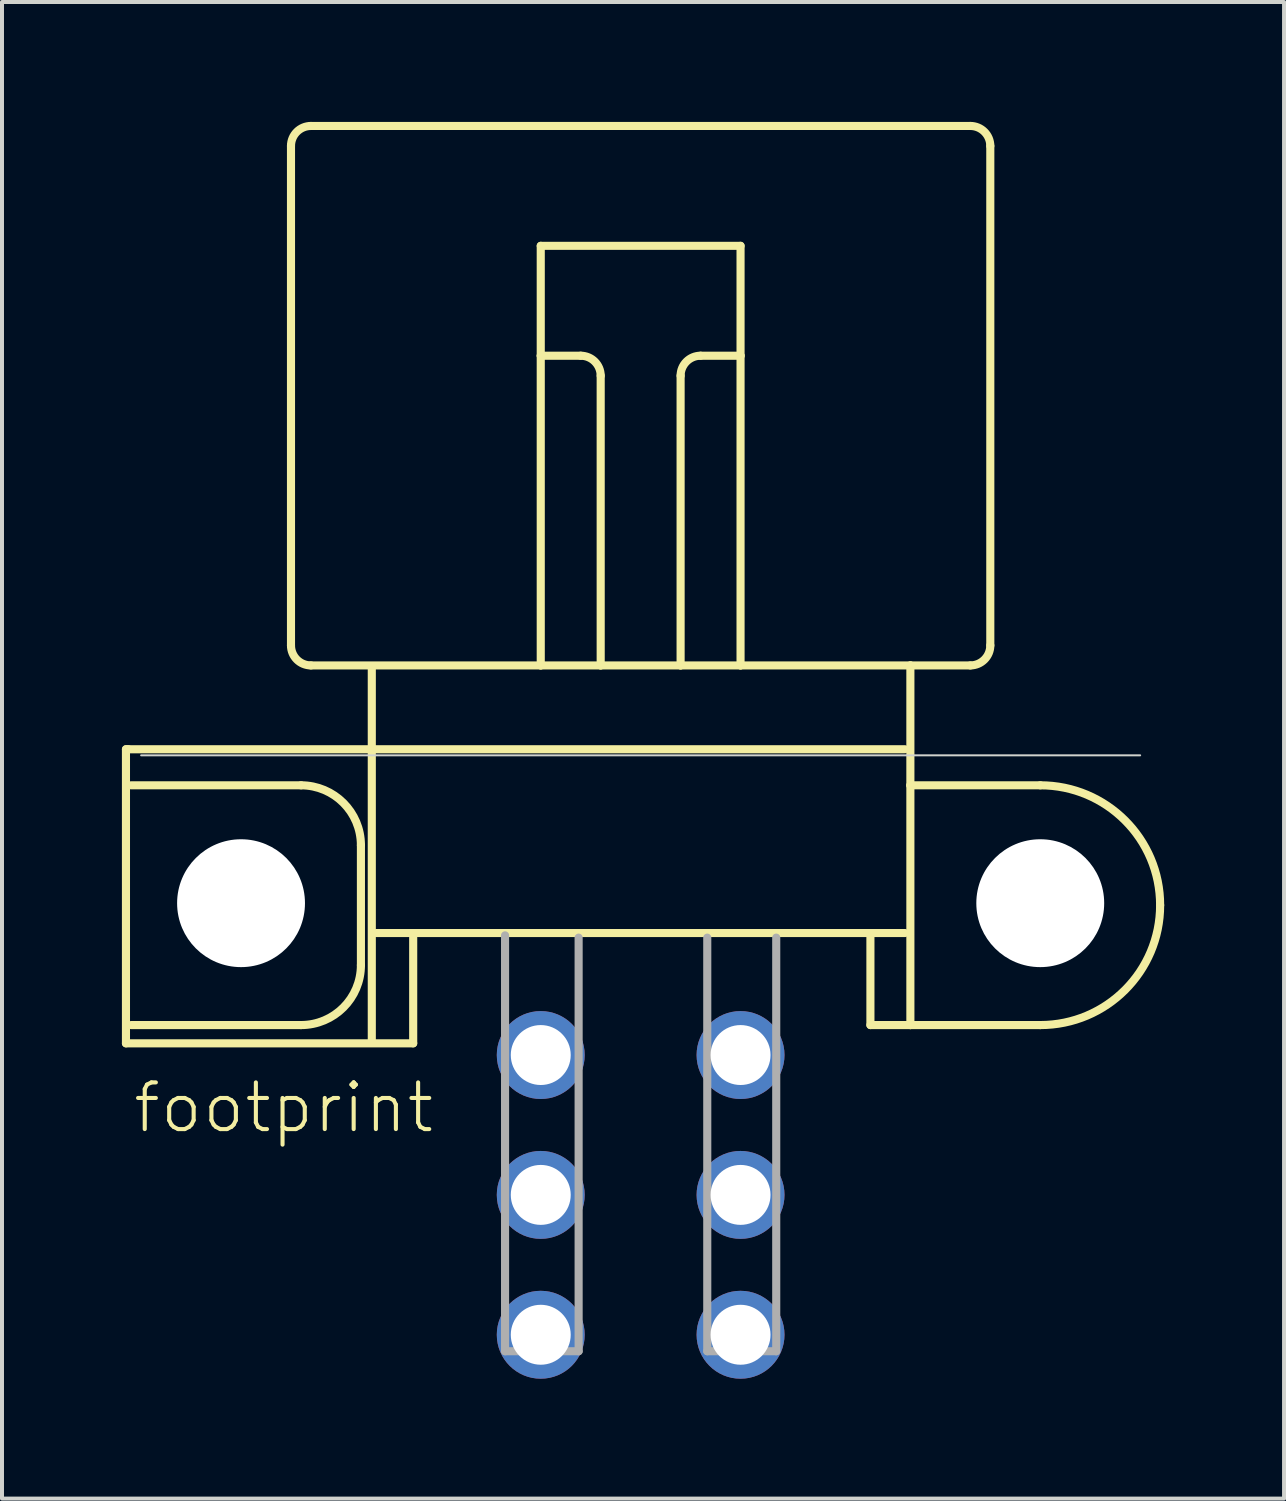
<source format=kicad_pcb>
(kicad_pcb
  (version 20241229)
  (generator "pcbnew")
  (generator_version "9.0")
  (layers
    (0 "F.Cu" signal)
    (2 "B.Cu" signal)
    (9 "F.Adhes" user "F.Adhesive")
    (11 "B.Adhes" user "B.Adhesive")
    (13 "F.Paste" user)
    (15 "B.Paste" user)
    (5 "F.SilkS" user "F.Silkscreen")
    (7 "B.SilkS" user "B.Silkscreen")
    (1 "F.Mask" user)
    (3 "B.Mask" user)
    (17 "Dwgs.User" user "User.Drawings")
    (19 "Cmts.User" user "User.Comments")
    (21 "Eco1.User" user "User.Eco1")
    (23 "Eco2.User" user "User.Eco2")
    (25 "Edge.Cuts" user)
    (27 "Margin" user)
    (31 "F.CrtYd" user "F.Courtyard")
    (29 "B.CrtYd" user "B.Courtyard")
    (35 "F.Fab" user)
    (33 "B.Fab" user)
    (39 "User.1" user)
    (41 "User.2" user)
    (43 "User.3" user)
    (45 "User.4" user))
  (footprint "footprint"
    (layer "F.Cu")
    (at 12.982 15.852)
    (property "Reference" "footprint" (at -12.755 9.501 0) (layer "F.SilkS") (effects (font (size 1.168 1.168) (thickness 0.102)) (justify left bottom)))
    (fp_line (start -12.88 -0.152) (end -12.822 -0.152) (stroke (width 0.203) (type solid)) (layer "F.SilkS"))
    (fp_line (start -12.88 7.207) (end -12.88 -0.152) (stroke (width 0.203) (type solid)) (layer "F.SilkS"))
    (fp_line (start -12.822 -0.152) (end 6.612 -0.152) (stroke (width 0.203) (type solid)) (layer "F.SilkS"))
    (fp_line (start -12.75 0.75) (end -8.5 0.75) (stroke (width 0.203) (type solid)) (layer "F.SilkS"))
    (fp_line (start -8.75 -2.75) (end -8.75 -15.25) (stroke (width 0.203) (type solid)) (layer "F.SilkS"))
    (fp_line (start -8.5 6.75) (end -12.75 6.75) (stroke (width 0.203) (type solid)) (layer "F.SilkS"))
    (fp_line (start -8.25 -15.75) (end 8.25 -15.75) (stroke (width 0.203) (type solid)) (layer "F.SilkS"))
    (fp_line (start -7 2.25) (end -7 5.25) (stroke (width 0.203) (type solid)) (layer "F.SilkS"))
    (fp_line (start -6.728 -2.223) (end -6.728 7.15) (stroke (width 0.203) (type solid)) (layer "F.SilkS"))
    (fp_line (start -6.612 4.447) (end 6.612 4.447) (stroke (width 0.203) (type solid)) (layer "F.SilkS"))
    (fp_line (start -5.692 4.562) (end -5.692 7.207) (stroke (width 0.203) (type solid)) (layer "F.SilkS"))
    (fp_line (start -5.692 7.207) (end -12.88 7.207) (stroke (width 0.203) (type solid)) (layer "F.SilkS"))
    (fp_line (start -2.5 -12.75) (end 2.5 -12.75) (stroke (width 0.203) (type solid)) (layer "F.SilkS"))
    (fp_line (start -2.5 -10) (end -2.5 -12.75) (stroke (width 0.203) (type solid)) (layer "F.SilkS"))
    (fp_line (start -2.5 -2.25) (end -8.25 -2.25) (stroke (width 0.203) (type solid)) (layer "F.SilkS"))
    (fp_line (start -2.5 -2.25) (end -2.5 -10) (stroke (width 0.203) (type solid)) (layer "F.SilkS"))
    (fp_line (start -1.5 -10) (end -2.5 -10) (stroke (width 0.203) (type solid)) (layer "F.SilkS"))
    (fp_line (start -1 -2.25) (end -2.5 -2.25) (stroke (width 0.203) (type solid)) (layer "F.SilkS"))
    (fp_line (start -1 -2.25) (end -1 -9.5) (stroke (width 0.203) (type solid)) (layer "F.SilkS"))
    (fp_line (start 1 -2.25) (end -1 -2.25) (stroke (width 0.203) (type solid)) (layer "F.SilkS"))
    (fp_line (start 1 -2.25) (end 1 -9.5) (stroke (width 0.203) (type solid)) (layer "F.SilkS"))
    (fp_line (start 1.5 -10) (end 2.5 -10) (stroke (width 0.203) (type solid)) (layer "F.SilkS"))
    (fp_line (start 2.5 -12.75) (end 2.5 -10) (stroke (width 0.203) (type solid)) (layer "F.SilkS"))
    (fp_line (start 2.5 -10) (end 2.5 -2.25) (stroke (width 0.203) (type solid)) (layer "F.SilkS"))
    (fp_line (start 2.5 -2.25) (end 1 -2.25) (stroke (width 0.203) (type solid)) (layer "F.SilkS"))
    (fp_line (start 5.75 4.5) (end 5.75 6.75) (stroke (width 0.203) (type solid)) (layer "F.SilkS"))
    (fp_line (start 5.75 6.75) (end 6.75 6.75) (stroke (width 0.203) (type solid)) (layer "F.SilkS"))
    (fp_line (start 6.75 -2.25) (end 2.5 -2.25) (stroke (width 0.203) (type solid)) (layer "F.SilkS"))
    (fp_line (start 6.75 -2.25) (end 6.75 0.75) (stroke (width 0.203) (type solid)) (layer "F.SilkS"))
    (fp_line (start 6.75 0.75) (end 6.75 6.75) (stroke (width 0.203) (type solid)) (layer "F.SilkS"))
    (fp_line (start 6.75 6.75) (end 10 6.75) (stroke (width 0.203) (type solid)) (layer "F.SilkS"))
    (fp_line (start 8.25 -2.25) (end 6.75 -2.25) (stroke (width 0.203) (type solid)) (layer "F.SilkS"))
    (fp_line (start 8.75 -15.25) (end 8.75 -2.75) (stroke (width 0.203) (type solid)) (layer "F.SilkS"))
    (fp_line (start 10 0.75) (end 6.75 0.75) (stroke (width 0.203) (type solid)) (layer "F.SilkS"))
    (fp_arc (start -8.75 -15.25) (mid -8.603553 -15.603553) (end -8.25 -15.75) (stroke (width 0.2032) (type solid)) (layer "F.SilkS"))
    (fp_arc (start -8.5 0.75) (mid -7.43934 1.18934) (end -7 2.25) (stroke (width 0.2032) (type solid)) (layer "F.SilkS"))
    (fp_arc (start -8.25 -2.25) (mid -8.603582 -2.396417) (end -8.749999 -2.749999) (stroke (width 0.2032) (type solid)) (layer "F.SilkS"))
    (fp_arc (start -7 5.25) (mid -7.43934 6.31066) (end -8.5 6.75) (stroke (width 0.2032) (type solid)) (layer "F.SilkS"))
    (fp_arc (start -1.500001 -9.999999) (mid -1.146477 -9.853524) (end -1 -9.5) (stroke (width 0.2032) (type solid)) (layer "F.SilkS"))
    (fp_arc (start 1 -9.5) (mid 1.146477 -9.853524) (end 1.500001 -9.999999) (stroke (width 0.2032) (type solid)) (layer "F.SilkS"))
    (fp_arc (start 8.25 -15.75) (mid 8.603583 -15.603583) (end 8.75 -15.25) (stroke (width 0.2032) (type solid)) (layer "F.SilkS"))
    (fp_arc (start 8.75 -2.75) (mid 8.603553 -2.396447) (end 8.25 -2.25) (stroke (width 0.2032) (type solid)) (layer "F.SilkS"))
    (fp_arc (start 10.000001 0.749999) (mid 12.12135 1.62865) (end 13 3.75) (stroke (width 0.2032) (type solid)) (layer "F.SilkS"))
    (fp_arc (start 13 3.75) (mid 12.12135 5.87135) (end 10 6.75) (stroke (width 0.2032) (type solid)) (layer "F.SilkS"))
    (fp_line (start -12.5 0) (end 12.5 0) (stroke (width 0.05) (type solid)) (layer "Edge.Cuts"))
    (fp_line (start -3.393 14.912) (end -3.393 4.505) (stroke (width 0.203) (type solid)) (layer "F.Fab"))
    (fp_line (start -1.552 4.562) (end -1.552 14.912) (stroke (width 0.203) (type solid)) (layer "F.Fab"))
    (fp_line (start -1.552 14.912) (end -3.393 14.912) (stroke (width 0.203) (type solid)) (layer "F.Fab"))
    (fp_line (start 1.667 14.912) (end 1.667 4.562) (stroke (width 0.203) (type solid)) (layer "F.Fab"))
    (fp_line (start 3.393 4.562) (end 3.393 14.912) (stroke (width 0.203) (type solid)) (layer "F.Fab"))
    (fp_line (start 3.393 14.912) (end 1.667 14.912) (stroke (width 0.203) (type solid)) (layer "F.Fab"))
    (pad "" np_thru_hole circle (at -10 3.7) (size 3.2 3.2) (drill 3.2) (layers "*.Cu" "*.Mask"))
    (pad "" np_thru_hole circle (at 10 3.7) (size 3.2 3.2) (drill 3.2) (layers "*.Cu" "*.Mask"))
    (pad "1" thru_hole circle (at -2.5 7.5) (size 2.2 2.2) (drill 1.5) (layers "*.Cu" "*.Mask"))
    (pad "2" thru_hole circle (at -2.5 11) (size 2.2 2.2) (drill 1.5) (layers "*.Cu" "*.Mask"))
    (pad "3" thru_hole circle (at -2.5 14.5) (size 2.2 2.2) (drill 1.5) (layers "*.Cu" "*.Mask"))
    (pad "4" thru_hole circle (at 2.5 7.5) (size 2.2 2.2) (drill 1.5) (layers "*.Cu" "*.Mask"))
    (pad "5" thru_hole circle (at 2.5 11) (size 2.2 2.2) (drill 1.5) (layers "*.Cu" "*.Mask"))
    (pad "6" thru_hole circle (at 2.5 14.5) (size 2.2 2.2) (drill 1.5) (layers "*.Cu" "*.Mask")))
  (gr_rect
    (start -3 -3)
    (end 29.083 34.452)
    (stroke (width 0.1) (type default))
    (fill no)
    (layer "Edge.Cuts")))
</source>
